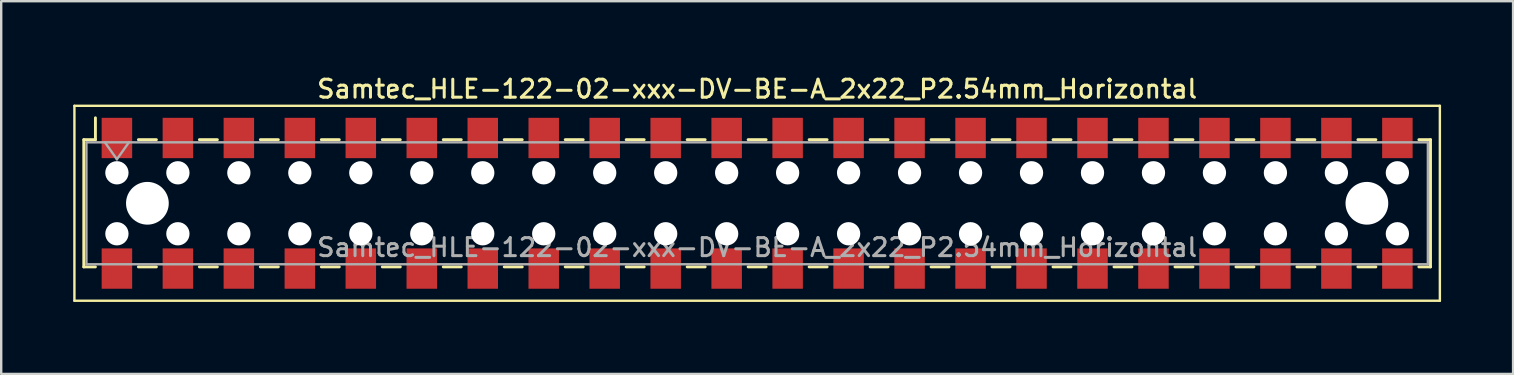
<source format=kicad_pcb>
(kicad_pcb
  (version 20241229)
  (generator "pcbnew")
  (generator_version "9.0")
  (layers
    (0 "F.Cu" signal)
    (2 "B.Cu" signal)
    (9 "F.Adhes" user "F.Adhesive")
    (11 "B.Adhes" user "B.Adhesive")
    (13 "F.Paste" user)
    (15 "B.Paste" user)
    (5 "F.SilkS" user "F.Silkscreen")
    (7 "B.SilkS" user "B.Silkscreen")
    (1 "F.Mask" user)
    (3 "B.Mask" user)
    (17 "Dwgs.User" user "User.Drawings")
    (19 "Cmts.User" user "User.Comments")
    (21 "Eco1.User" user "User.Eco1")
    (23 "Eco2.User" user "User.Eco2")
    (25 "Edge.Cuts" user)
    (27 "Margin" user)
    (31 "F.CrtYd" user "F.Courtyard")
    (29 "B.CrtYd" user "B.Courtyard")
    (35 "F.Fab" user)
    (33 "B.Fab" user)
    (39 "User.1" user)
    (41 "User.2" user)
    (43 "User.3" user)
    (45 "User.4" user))
  (footprint "Samtec_HLE-122-02-xxx-DV-BE-A_2x22_P2.54mm_Horizontal"
    (layer "F.Cu")
    (at 28.49 5.418)
    (property "Reference" "Samtec_HLE-122-02-xxx-DV-BE-A_2x22_P2.54mm_Horizontal" (at 0 -4.76 0) (layer "F.SilkS") (effects (font (size 0.75 0.75) (thickness 0.125))))
    (attr smd)
    (fp_line (start -28.44 -4.06) (end 28.44 -4.06) (stroke (width 0.1) (type solid)) (layer "F.SilkS"))
    (fp_line (start -28.44 4.06) (end -28.44 -4.06) (stroke (width 0.1) (type solid)) (layer "F.SilkS"))
    (fp_line (start -28.05 -2.65) (end -28.05 2.65) (stroke (width 0.12) (type solid)) (layer "F.SilkS"))
    (fp_line (start -28.05 2.65) (end -27.565 2.65) (stroke (width 0.12) (type solid)) (layer "F.SilkS"))
    (fp_line (start -27.565 -3.56) (end -27.565 -2.65) (stroke (width 0.12) (type solid)) (layer "F.SilkS"))
    (fp_line (start -27.565 -2.65) (end -28.05 -2.65) (stroke (width 0.12) (type solid)) (layer "F.SilkS"))
    (fp_line (start -25.775 -2.65) (end -25.025 -2.65) (stroke (width 0.12) (type solid)) (layer "F.SilkS"))
    (fp_line (start -25.775 2.65) (end -25.025 2.65) (stroke (width 0.12) (type solid)) (layer "F.SilkS"))
    (fp_line (start -23.235 -2.65) (end -22.485 -2.65) (stroke (width 0.12) (type solid)) (layer "F.SilkS"))
    (fp_line (start -23.235 2.65) (end -22.485 2.65) (stroke (width 0.12) (type solid)) (layer "F.SilkS"))
    (fp_line (start -20.695 -2.65) (end -19.945 -2.65) (stroke (width 0.12) (type solid)) (layer "F.SilkS"))
    (fp_line (start -20.695 2.65) (end -19.945 2.65) (stroke (width 0.12) (type solid)) (layer "F.SilkS"))
    (fp_line (start -18.155 -2.65) (end -17.405 -2.65) (stroke (width 0.12) (type solid)) (layer "F.SilkS"))
    (fp_line (start -18.155 2.65) (end -17.405 2.65) (stroke (width 0.12) (type solid)) (layer "F.SilkS"))
    (fp_line (start -15.615 -2.65) (end -14.865 -2.65) (stroke (width 0.12) (type solid)) (layer "F.SilkS"))
    (fp_line (start -15.615 2.65) (end -14.865 2.65) (stroke (width 0.12) (type solid)) (layer "F.SilkS"))
    (fp_line (start -13.075 -2.65) (end -12.325 -2.65) (stroke (width 0.12) (type solid)) (layer "F.SilkS"))
    (fp_line (start -13.075 2.65) (end -12.325 2.65) (stroke (width 0.12) (type solid)) (layer "F.SilkS"))
    (fp_line (start -10.535 -2.65) (end -9.785 -2.65) (stroke (width 0.12) (type solid)) (layer "F.SilkS"))
    (fp_line (start -10.535 2.65) (end -9.785 2.65) (stroke (width 0.12) (type solid)) (layer "F.SilkS"))
    (fp_line (start -7.995 -2.65) (end -7.245 -2.65) (stroke (width 0.12) (type solid)) (layer "F.SilkS"))
    (fp_line (start -7.995 2.65) (end -7.245 2.65) (stroke (width 0.12) (type solid)) (layer "F.SilkS"))
    (fp_line (start -5.455 -2.65) (end -4.705 -2.65) (stroke (width 0.12) (type solid)) (layer "F.SilkS"))
    (fp_line (start -5.455 2.65) (end -4.705 2.65) (stroke (width 0.12) (type solid)) (layer "F.SilkS"))
    (fp_line (start -2.915 -2.65) (end -2.165 -2.65) (stroke (width 0.12) (type solid)) (layer "F.SilkS"))
    (fp_line (start -2.915 2.65) (end -2.165 2.65) (stroke (width 0.12) (type solid)) (layer "F.SilkS"))
    (fp_line (start -0.375 -2.65) (end 0.375 -2.65) (stroke (width 0.12) (type solid)) (layer "F.SilkS"))
    (fp_line (start -0.375 2.65) (end 0.375 2.65) (stroke (width 0.12) (type solid)) (layer "F.SilkS"))
    (fp_line (start 2.165 -2.65) (end 2.915 -2.65) (stroke (width 0.12) (type solid)) (layer "F.SilkS"))
    (fp_line (start 2.165 2.65) (end 2.915 2.65) (stroke (width 0.12) (type solid)) (layer "F.SilkS"))
    (fp_line (start 4.705 -2.65) (end 5.455 -2.65) (stroke (width 0.12) (type solid)) (layer "F.SilkS"))
    (fp_line (start 4.705 2.65) (end 5.455 2.65) (stroke (width 0.12) (type solid)) (layer "F.SilkS"))
    (fp_line (start 7.245 -2.65) (end 7.995 -2.65) (stroke (width 0.12) (type solid)) (layer "F.SilkS"))
    (fp_line (start 7.245 2.65) (end 7.995 2.65) (stroke (width 0.12) (type solid)) (layer "F.SilkS"))
    (fp_line (start 9.785 -2.65) (end 10.535 -2.65) (stroke (width 0.12) (type solid)) (layer "F.SilkS"))
    (fp_line (start 9.785 2.65) (end 10.535 2.65) (stroke (width 0.12) (type solid)) (layer "F.SilkS"))
    (fp_line (start 12.325 -2.65) (end 13.075 -2.65) (stroke (width 0.12) (type solid)) (layer "F.SilkS"))
    (fp_line (start 12.325 2.65) (end 13.075 2.65) (stroke (width 0.12) (type solid)) (layer "F.SilkS"))
    (fp_line (start 14.865 -2.65) (end 15.615 -2.65) (stroke (width 0.12) (type solid)) (layer "F.SilkS"))
    (fp_line (start 14.865 2.65) (end 15.615 2.65) (stroke (width 0.12) (type solid)) (layer "F.SilkS"))
    (fp_line (start 17.405 -2.65) (end 18.155 -2.65) (stroke (width 0.12) (type solid)) (layer "F.SilkS"))
    (fp_line (start 17.405 2.65) (end 18.155 2.65) (stroke (width 0.12) (type solid)) (layer "F.SilkS"))
    (fp_line (start 19.945 -2.65) (end 20.695 -2.65) (stroke (width 0.12) (type solid)) (layer "F.SilkS"))
    (fp_line (start 19.945 2.65) (end 20.695 2.65) (stroke (width 0.12) (type solid)) (layer "F.SilkS"))
    (fp_line (start 22.485 -2.65) (end 23.235 -2.65) (stroke (width 0.12) (type solid)) (layer "F.SilkS"))
    (fp_line (start 22.485 2.65) (end 23.235 2.65) (stroke (width 0.12) (type solid)) (layer "F.SilkS"))
    (fp_line (start 25.025 -2.65) (end 25.775 -2.65) (stroke (width 0.12) (type solid)) (layer "F.SilkS"))
    (fp_line (start 25.025 2.65) (end 25.775 2.65) (stroke (width 0.12) (type solid)) (layer "F.SilkS"))
    (fp_line (start 27.565 -2.65) (end 28.05 -2.65) (stroke (width 0.12) (type solid)) (layer "F.SilkS"))
    (fp_line (start 28.05 -2.65) (end 28.05 2.65) (stroke (width 0.12) (type solid)) (layer "F.SilkS"))
    (fp_line (start 28.05 2.65) (end 27.565 2.65) (stroke (width 0.12) (type solid)) (layer "F.SilkS"))
    (fp_line (start 28.44 -4.06) (end 28.44 4.06) (stroke (width 0.1) (type solid)) (layer "F.SilkS"))
    (fp_line (start 28.44 4.06) (end -28.44 4.06) (stroke (width 0.1) (type solid)) (layer "F.SilkS"))
    (fp_line (start -27.94 -2.54) (end 27.94 -2.54) (stroke (width 0.1) (type solid)) (layer "F.Fab"))
    (fp_line (start -27.94 2.54) (end -27.94 -2.54) (stroke (width 0.1) (type solid)) (layer "F.Fab"))
    (fp_line (start -27.17 -2.54) (end -26.67 -1.833) (stroke (width 0.1) (type solid)) (layer "F.Fab"))
    (fp_line (start -26.67 -1.833) (end -26.17 -2.54) (stroke (width 0.1) (type solid)) (layer "F.Fab"))
    (fp_line (start 27.94 -2.54) (end 27.94 2.54) (stroke (width 0.1) (type solid)) (layer "F.Fab"))
    (fp_line (start 27.94 2.54) (end -27.94 2.54) (stroke (width 0.1) (type solid)) (layer "F.Fab"))
    (fp_text user "${REFERENCE}" (at 0 1.84 0) (layer "F.Fab") (effects (font (size 0.75 0.75) (thickness 0.125))))
    (pad "" np_thru_hole circle (at -26.67 -1.27) (size 0.97 0.97) (drill 0.97) (layers "*.Cu" "*.Mask"))
    (pad "" np_thru_hole circle (at -26.67 1.27) (size 0.97 0.97) (drill 0.97) (layers "*.Cu" "*.Mask"))
    (pad "" np_thru_hole circle (at -25.4 0) (size 1.78 1.78) (drill 1.78) (layers "*.Cu" "*.Mask"))
    (pad "" np_thru_hole circle (at -24.13 -1.27) (size 0.97 0.97) (drill 0.97) (layers "*.Cu" "*.Mask"))
    (pad "" np_thru_hole circle (at -24.13 1.27) (size 0.97 0.97) (drill 0.97) (layers "*.Cu" "*.Mask"))
    (pad "" np_thru_hole circle (at -21.59 -1.27) (size 0.97 0.97) (drill 0.97) (layers "*.Cu" "*.Mask"))
    (pad "" np_thru_hole circle (at -21.59 1.27) (size 0.97 0.97) (drill 0.97) (layers "*.Cu" "*.Mask"))
    (pad "" np_thru_hole circle (at -19.05 -1.27) (size 0.97 0.97) (drill 0.97) (layers "*.Cu" "*.Mask"))
    (pad "" np_thru_hole circle (at -19.05 1.27) (size 0.97 0.97) (drill 0.97) (layers "*.Cu" "*.Mask"))
    (pad "" np_thru_hole circle (at -16.51 -1.27) (size 0.97 0.97) (drill 0.97) (layers "*.Cu" "*.Mask"))
    (pad "" np_thru_hole circle (at -16.51 1.27) (size 0.97 0.97) (drill 0.97) (layers "*.Cu" "*.Mask"))
    (pad "" np_thru_hole circle (at -13.97 -1.27) (size 0.97 0.97) (drill 0.97) (layers "*.Cu" "*.Mask"))
    (pad "" np_thru_hole circle (at -13.97 1.27) (size 0.97 0.97) (drill 0.97) (layers "*.Cu" "*.Mask"))
    (pad "" np_thru_hole circle (at -11.43 -1.27) (size 0.97 0.97) (drill 0.97) (layers "*.Cu" "*.Mask"))
    (pad "" np_thru_hole circle (at -11.43 1.27) (size 0.97 0.97) (drill 0.97) (layers "*.Cu" "*.Mask"))
    (pad "" np_thru_hole circle (at -8.89 -1.27) (size 0.97 0.97) (drill 0.97) (layers "*.Cu" "*.Mask"))
    (pad "" np_thru_hole circle (at -8.89 1.27) (size 0.97 0.97) (drill 0.97) (layers "*.Cu" "*.Mask"))
    (pad "" np_thru_hole circle (at -6.35 -1.27) (size 0.97 0.97) (drill 0.97) (layers "*.Cu" "*.Mask"))
    (pad "" np_thru_hole circle (at -6.35 1.27) (size 0.97 0.97) (drill 0.97) (layers "*.Cu" "*.Mask"))
    (pad "" np_thru_hole circle (at -3.81 -1.27) (size 0.97 0.97) (drill 0.97) (layers "*.Cu" "*.Mask"))
    (pad "" np_thru_hole circle (at -3.81 1.27) (size 0.97 0.97) (drill 0.97) (layers "*.Cu" "*.Mask"))
    (pad "" np_thru_hole circle (at -1.27 -1.27) (size 0.97 0.97) (drill 0.97) (layers "*.Cu" "*.Mask"))
    (pad "" np_thru_hole circle (at -1.27 1.27) (size 0.97 0.97) (drill 0.97) (layers "*.Cu" "*.Mask"))
    (pad "" np_thru_hole circle (at 1.27 -1.27) (size 0.97 0.97) (drill 0.97) (layers "*.Cu" "*.Mask"))
    (pad "" np_thru_hole circle (at 1.27 1.27) (size 0.97 0.97) (drill 0.97) (layers "*.Cu" "*.Mask"))
    (pad "" np_thru_hole circle (at 3.81 -1.27) (size 0.97 0.97) (drill 0.97) (layers "*.Cu" "*.Mask"))
    (pad "" np_thru_hole circle (at 3.81 1.27) (size 0.97 0.97) (drill 0.97) (layers "*.Cu" "*.Mask"))
    (pad "" np_thru_hole circle (at 6.35 -1.27) (size 0.97 0.97) (drill 0.97) (layers "*.Cu" "*.Mask"))
    (pad "" np_thru_hole circle (at 6.35 1.27) (size 0.97 0.97) (drill 0.97) (layers "*.Cu" "*.Mask"))
    (pad "" np_thru_hole circle (at 8.89 -1.27) (size 0.97 0.97) (drill 0.97) (layers "*.Cu" "*.Mask"))
    (pad "" np_thru_hole circle (at 8.89 1.27) (size 0.97 0.97) (drill 0.97) (layers "*.Cu" "*.Mask"))
    (pad "" np_thru_hole circle (at 11.43 -1.27) (size 0.97 0.97) (drill 0.97) (layers "*.Cu" "*.Mask"))
    (pad "" np_thru_hole circle (at 11.43 1.27) (size 0.97 0.97) (drill 0.97) (layers "*.Cu" "*.Mask"))
    (pad "" np_thru_hole circle (at 13.97 -1.27) (size 0.97 0.97) (drill 0.97) (layers "*.Cu" "*.Mask"))
    (pad "" np_thru_hole circle (at 13.97 1.27) (size 0.97 0.97) (drill 0.97) (layers "*.Cu" "*.Mask"))
    (pad "" np_thru_hole circle (at 16.51 -1.27) (size 0.97 0.97) (drill 0.97) (layers "*.Cu" "*.Mask"))
    (pad "" np_thru_hole circle (at 16.51 1.27) (size 0.97 0.97) (drill 0.97) (layers "*.Cu" "*.Mask"))
    (pad "" np_thru_hole circle (at 19.05 -1.27) (size 0.97 0.97) (drill 0.97) (layers "*.Cu" "*.Mask"))
    (pad "" np_thru_hole circle (at 19.05 1.27) (size 0.97 0.97) (drill 0.97) (layers "*.Cu" "*.Mask"))
    (pad "" np_thru_hole circle (at 21.59 -1.27) (size 0.97 0.97) (drill 0.97) (layers "*.Cu" "*.Mask"))
    (pad "" np_thru_hole circle (at 21.59 1.27) (size 0.97 0.97) (drill 0.97) (layers "*.Cu" "*.Mask"))
    (pad "" np_thru_hole circle (at 24.13 -1.27) (size 0.97 0.97) (drill 0.97) (layers "*.Cu" "*.Mask"))
    (pad "" np_thru_hole circle (at 24.13 1.27) (size 0.97 0.97) (drill 0.97) (layers "*.Cu" "*.Mask"))
    (pad "" np_thru_hole circle (at 25.4 0) (size 1.78 1.78) (drill 1.78) (layers "*.Cu" "*.Mask"))
    (pad "" np_thru_hole circle (at 26.67 -1.27) (size 0.97 0.97) (drill 0.97) (layers "*.Cu" "*.Mask"))
    (pad "" np_thru_hole circle (at 26.67 1.27) (size 0.97 0.97) (drill 0.97) (layers "*.Cu" "*.Mask"))
    (pad "1" smd rect (at -26.67 -2.72) (size 1.27 1.68) (layers "F.Cu" "F.Mask" "F.Paste"))
    (pad "2" smd rect (at -26.67 2.72) (size 1.27 1.68) (layers "F.Cu" "F.Mask" "F.Paste"))
    (pad "3" smd rect (at -24.13 -2.72) (size 1.27 1.68) (layers "F.Cu" "F.Mask" "F.Paste"))
    (pad "4" smd rect (at -24.13 2.72) (size 1.27 1.68) (layers "F.Cu" "F.Mask" "F.Paste"))
    (pad "5" smd rect (at -21.59 -2.72) (size 1.27 1.68) (layers "F.Cu" "F.Mask" "F.Paste"))
    (pad "6" smd rect (at -21.59 2.72) (size 1.27 1.68) (layers "F.Cu" "F.Mask" "F.Paste"))
    (pad "7" smd rect (at -19.05 -2.72) (size 1.27 1.68) (layers "F.Cu" "F.Mask" "F.Paste"))
    (pad "8" smd rect (at -19.05 2.72) (size 1.27 1.68) (layers "F.Cu" "F.Mask" "F.Paste"))
    (pad "9" smd rect (at -16.51 -2.72) (size 1.27 1.68) (layers "F.Cu" "F.Mask" "F.Paste"))
    (pad "10" smd rect (at -16.51 2.72) (size 1.27 1.68) (layers "F.Cu" "F.Mask" "F.Paste"))
    (pad "11" smd rect (at -13.97 -2.72) (size 1.27 1.68) (layers "F.Cu" "F.Mask" "F.Paste"))
    (pad "12" smd rect (at -13.97 2.72) (size 1.27 1.68) (layers "F.Cu" "F.Mask" "F.Paste"))
    (pad "13" smd rect (at -11.43 -2.72) (size 1.27 1.68) (layers "F.Cu" "F.Mask" "F.Paste"))
    (pad "14" smd rect (at -11.43 2.72) (size 1.27 1.68) (layers "F.Cu" "F.Mask" "F.Paste"))
    (pad "15" smd rect (at -8.89 -2.72) (size 1.27 1.68) (layers "F.Cu" "F.Mask" "F.Paste"))
    (pad "16" smd rect (at -8.89 2.72) (size 1.27 1.68) (layers "F.Cu" "F.Mask" "F.Paste"))
    (pad "17" smd rect (at -6.35 -2.72) (size 1.27 1.68) (layers "F.Cu" "F.Mask" "F.Paste"))
    (pad "18" smd rect (at -6.35 2.72) (size 1.27 1.68) (layers "F.Cu" "F.Mask" "F.Paste"))
    (pad "19" smd rect (at -3.81 -2.72) (size 1.27 1.68) (layers "F.Cu" "F.Mask" "F.Paste"))
    (pad "20" smd rect (at -3.81 2.72) (size 1.27 1.68) (layers "F.Cu" "F.Mask" "F.Paste"))
    (pad "21" smd rect (at -1.27 -2.72) (size 1.27 1.68) (layers "F.Cu" "F.Mask" "F.Paste"))
    (pad "22" smd rect (at -1.27 2.72) (size 1.27 1.68) (layers "F.Cu" "F.Mask" "F.Paste"))
    (pad "23" smd rect (at 1.27 -2.72) (size 1.27 1.68) (layers "F.Cu" "F.Mask" "F.Paste"))
    (pad "24" smd rect (at 1.27 2.72) (size 1.27 1.68) (layers "F.Cu" "F.Mask" "F.Paste"))
    (pad "25" smd rect (at 3.81 -2.72) (size 1.27 1.68) (layers "F.Cu" "F.Mask" "F.Paste"))
    (pad "26" smd rect (at 3.81 2.72) (size 1.27 1.68) (layers "F.Cu" "F.Mask" "F.Paste"))
    (pad "27" smd rect (at 6.35 -2.72) (size 1.27 1.68) (layers "F.Cu" "F.Mask" "F.Paste"))
    (pad "28" smd rect (at 6.35 2.72) (size 1.27 1.68) (layers "F.Cu" "F.Mask" "F.Paste"))
    (pad "29" smd rect (at 8.89 -2.72) (size 1.27 1.68) (layers "F.Cu" "F.Mask" "F.Paste"))
    (pad "30" smd rect (at 8.89 2.72) (size 1.27 1.68) (layers "F.Cu" "F.Mask" "F.Paste"))
    (pad "31" smd rect (at 11.43 -2.72) (size 1.27 1.68) (layers "F.Cu" "F.Mask" "F.Paste"))
    (pad "32" smd rect (at 11.43 2.72) (size 1.27 1.68) (layers "F.Cu" "F.Mask" "F.Paste"))
    (pad "33" smd rect (at 13.97 -2.72) (size 1.27 1.68) (layers "F.Cu" "F.Mask" "F.Paste"))
    (pad "34" smd rect (at 13.97 2.72) (size 1.27 1.68) (layers "F.Cu" "F.Mask" "F.Paste"))
    (pad "35" smd rect (at 16.51 -2.72) (size 1.27 1.68) (layers "F.Cu" "F.Mask" "F.Paste"))
    (pad "36" smd rect (at 16.51 2.72) (size 1.27 1.68) (layers "F.Cu" "F.Mask" "F.Paste"))
    (pad "37" smd rect (at 19.05 -2.72) (size 1.27 1.68) (layers "F.Cu" "F.Mask" "F.Paste"))
    (pad "38" smd rect (at 19.05 2.72) (size 1.27 1.68) (layers "F.Cu" "F.Mask" "F.Paste"))
    (pad "39" smd rect (at 21.59 -2.72) (size 1.27 1.68) (layers "F.Cu" "F.Mask" "F.Paste"))
    (pad "40" smd rect (at 21.59 2.72) (size 1.27 1.68) (layers "F.Cu" "F.Mask" "F.Paste"))
    (pad "41" smd rect (at 24.13 -2.72) (size 1.27 1.68) (layers "F.Cu" "F.Mask" "F.Paste"))
    (pad "42" smd rect (at 24.13 2.72) (size 1.27 1.68) (layers "F.Cu" "F.Mask" "F.Paste"))
    (pad "43" smd rect (at 26.67 -2.72) (size 1.27 1.68) (layers "F.Cu" "F.Mask" "F.Paste"))
    (pad "44" smd rect (at 26.67 2.72) (size 1.27 1.68) (layers "F.Cu" "F.Mask" "F.Paste")))
  (gr_rect
    (start -3 -3)
    (end 59.98 12.528)
    (stroke (width 0.1) (type default))
    (fill no)
    (layer "Edge.Cuts")))
</source>
